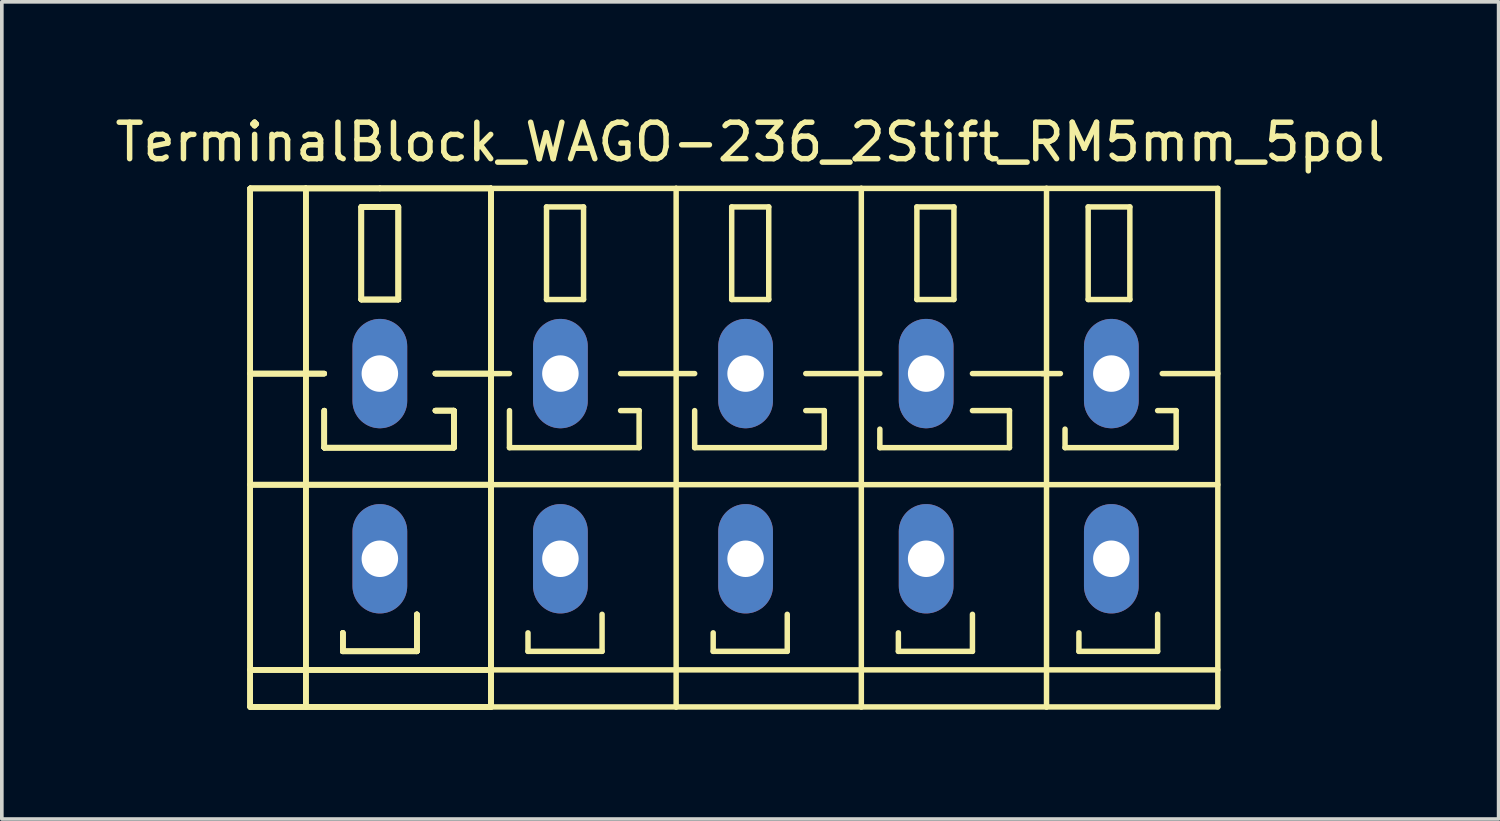
<source format=kicad_pcb>
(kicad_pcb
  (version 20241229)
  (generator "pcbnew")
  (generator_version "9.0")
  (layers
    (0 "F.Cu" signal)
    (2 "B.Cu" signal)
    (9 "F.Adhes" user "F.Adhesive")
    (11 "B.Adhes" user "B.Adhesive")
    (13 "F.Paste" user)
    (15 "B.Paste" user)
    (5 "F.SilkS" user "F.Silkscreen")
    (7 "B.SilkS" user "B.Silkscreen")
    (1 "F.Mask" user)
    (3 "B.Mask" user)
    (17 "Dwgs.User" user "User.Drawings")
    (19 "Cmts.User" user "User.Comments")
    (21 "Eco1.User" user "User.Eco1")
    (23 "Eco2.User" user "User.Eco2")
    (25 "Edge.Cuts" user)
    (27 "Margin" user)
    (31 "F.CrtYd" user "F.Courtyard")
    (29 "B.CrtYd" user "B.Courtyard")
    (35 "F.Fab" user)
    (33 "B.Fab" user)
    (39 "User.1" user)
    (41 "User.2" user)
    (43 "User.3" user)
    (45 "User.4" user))
  (footprint "TerminalBlock_WAGO-236_2Stift_RM5mm_5pol"
    (layer "F.Cu")
    (at 17.53 9.738)
    (property "Reference" "TerminalBlock_WAGO-236_2Stift_RM5mm_5pol" (at 0 -8.89 0) (layer "F.SilkS") (effects (font (size 1 1) (thickness 0.15))))
    (attr through_hole)
    (fp_line (start -13.716 -7.62) (end -12.192 -7.62) (stroke (width 0.15) (type solid)) (layer "F.SilkS"))
    (fp_line (start -13.716 -7.62) (end -12.192 -7.62) (stroke (width 0.15) (type solid)) (layer "F.SilkS"))
    (fp_line (start -13.716 -7.62) (end -12.192 -7.62) (stroke (width 0.15) (type solid)) (layer "F.SilkS"))
    (fp_line (start -13.716 -7.62) (end -12.192 -7.62) (stroke (width 0.15) (type solid)) (layer "F.SilkS"))
    (fp_line (start -13.716 -2.54) (end -11.684 -2.54) (stroke (width 0.15) (type solid)) (layer "F.SilkS"))
    (fp_line (start -13.716 -2.54) (end -11.684 -2.54) (stroke (width 0.15) (type solid)) (layer "F.SilkS"))
    (fp_line (start -13.716 -2.54) (end -11.684 -2.54) (stroke (width 0.15) (type solid)) (layer "F.SilkS"))
    (fp_line (start -13.716 -2.54) (end -11.684 -2.54) (stroke (width 0.15) (type solid)) (layer "F.SilkS"))
    (fp_line (start -13.716 0.508) (end -7.112 0.508) (stroke (width 0.15) (type solid)) (layer "F.SilkS"))
    (fp_line (start -13.716 0.508) (end -7.112 0.508) (stroke (width 0.15) (type solid)) (layer "F.SilkS"))
    (fp_line (start -13.716 0.508) (end -7.112 0.508) (stroke (width 0.15) (type solid)) (layer "F.SilkS"))
    (fp_line (start -13.716 0.508) (end -7.112 0.508) (stroke (width 0.15) (type solid)) (layer "F.SilkS"))
    (fp_line (start -13.716 5.588) (end -7.112 5.588) (stroke (width 0.15) (type solid)) (layer "F.SilkS"))
    (fp_line (start -13.716 5.588) (end -7.112 5.588) (stroke (width 0.15) (type solid)) (layer "F.SilkS"))
    (fp_line (start -13.716 5.588) (end -7.112 5.588) (stroke (width 0.15) (type solid)) (layer "F.SilkS"))
    (fp_line (start -13.716 5.588) (end -7.112 5.588) (stroke (width 0.15) (type solid)) (layer "F.SilkS"))
    (fp_line (start -13.716 6.604) (end -13.716 -7.62) (stroke (width 0.15) (type solid)) (layer "F.SilkS"))
    (fp_line (start -13.716 6.604) (end -13.716 -7.62) (stroke (width 0.15) (type solid)) (layer "F.SilkS"))
    (fp_line (start -13.716 6.604) (end -13.716 -7.62) (stroke (width 0.15) (type solid)) (layer "F.SilkS"))
    (fp_line (start -13.716 6.604) (end -13.716 -7.62) (stroke (width 0.15) (type solid)) (layer "F.SilkS"))
    (fp_line (start -12.192 -7.62) (end -10.16 -7.62) (stroke (width 0.15) (type solid)) (layer "F.SilkS"))
    (fp_line (start -12.192 -7.62) (end -10.16 -7.62) (stroke (width 0.15) (type solid)) (layer "F.SilkS"))
    (fp_line (start -12.192 -7.62) (end -10.16 -7.62) (stroke (width 0.15) (type solid)) (layer "F.SilkS"))
    (fp_line (start -12.192 -7.62) (end -10.16 -7.62) (stroke (width 0.15) (type solid)) (layer "F.SilkS"))
    (fp_line (start -12.192 6.604) (end -13.716 6.604) (stroke (width 0.15) (type solid)) (layer "F.SilkS"))
    (fp_line (start -12.192 6.604) (end -13.716 6.604) (stroke (width 0.15) (type solid)) (layer "F.SilkS"))
    (fp_line (start -12.192 6.604) (end -13.716 6.604) (stroke (width 0.15) (type solid)) (layer "F.SilkS"))
    (fp_line (start -12.192 6.604) (end -13.716 6.604) (stroke (width 0.15) (type solid)) (layer "F.SilkS"))
    (fp_line (start -12.192 6.604) (end -12.192 -7.62) (stroke (width 0.15) (type solid)) (layer "F.SilkS"))
    (fp_line (start -12.192 6.604) (end -12.192 -7.62) (stroke (width 0.15) (type solid)) (layer "F.SilkS"))
    (fp_line (start -12.192 6.604) (end -12.192 -7.62) (stroke (width 0.15) (type solid)) (layer "F.SilkS"))
    (fp_line (start -12.192 6.604) (end -12.192 -7.62) (stroke (width 0.15) (type solid)) (layer "F.SilkS"))
    (fp_line (start -11.684 -1.524) (end -11.684 -0.508) (stroke (width 0.15) (type solid)) (layer "F.SilkS"))
    (fp_line (start -11.684 -1.524) (end -11.684 -0.508) (stroke (width 0.15) (type solid)) (layer "F.SilkS"))
    (fp_line (start -11.684 -1.524) (end -11.684 -0.508) (stroke (width 0.15) (type solid)) (layer "F.SilkS"))
    (fp_line (start -11.684 -1.524) (end -11.684 -0.508) (stroke (width 0.15) (type solid)) (layer "F.SilkS"))
    (fp_line (start -11.684 -0.508) (end -8.128 -0.508) (stroke (width 0.15) (type solid)) (layer "F.SilkS"))
    (fp_line (start -11.684 -0.508) (end -8.128 -0.508) (stroke (width 0.15) (type solid)) (layer "F.SilkS"))
    (fp_line (start -11.684 -0.508) (end -8.128 -0.508) (stroke (width 0.15) (type solid)) (layer "F.SilkS"))
    (fp_line (start -11.684 -0.508) (end -8.128 -0.508) (stroke (width 0.15) (type solid)) (layer "F.SilkS"))
    (fp_line (start -11.176 4.572) (end -11.176 5.08) (stroke (width 0.15) (type solid)) (layer "F.SilkS"))
    (fp_line (start -11.176 4.572) (end -11.176 5.08) (stroke (width 0.15) (type solid)) (layer "F.SilkS"))
    (fp_line (start -11.176 4.572) (end -11.176 5.08) (stroke (width 0.15) (type solid)) (layer "F.SilkS"))
    (fp_line (start -11.176 4.572) (end -11.176 5.08) (stroke (width 0.15) (type solid)) (layer "F.SilkS"))
    (fp_line (start -11.176 5.08) (end -9.144 5.08) (stroke (width 0.15) (type solid)) (layer "F.SilkS"))
    (fp_line (start -11.176 5.08) (end -9.144 5.08) (stroke (width 0.15) (type solid)) (layer "F.SilkS"))
    (fp_line (start -11.176 5.08) (end -9.144 5.08) (stroke (width 0.15) (type solid)) (layer "F.SilkS"))
    (fp_line (start -11.176 5.08) (end -9.144 5.08) (stroke (width 0.15) (type solid)) (layer "F.SilkS"))
    (fp_line (start -10.668 -7.112) (end -9.652 -7.112) (stroke (width 0.15) (type solid)) (layer "F.SilkS"))
    (fp_line (start -10.668 -7.112) (end -9.652 -7.112) (stroke (width 0.15) (type solid)) (layer "F.SilkS"))
    (fp_line (start -10.668 -7.112) (end -9.652 -7.112) (stroke (width 0.15) (type solid)) (layer "F.SilkS"))
    (fp_line (start -10.668 -7.112) (end -9.652 -7.112) (stroke (width 0.15) (type solid)) (layer "F.SilkS"))
    (fp_line (start -10.668 -4.572) (end -10.668 -7.112) (stroke (width 0.15) (type solid)) (layer "F.SilkS"))
    (fp_line (start -10.668 -4.572) (end -10.668 -7.112) (stroke (width 0.15) (type solid)) (layer "F.SilkS"))
    (fp_line (start -10.668 -4.572) (end -10.668 -7.112) (stroke (width 0.15) (type solid)) (layer "F.SilkS"))
    (fp_line (start -10.668 -4.572) (end -10.668 -7.112) (stroke (width 0.15) (type solid)) (layer "F.SilkS"))
    (fp_line (start -10.16 -7.62) (end -7.112 -7.62) (stroke (width 0.15) (type solid)) (layer "F.SilkS"))
    (fp_line (start -10.16 -7.62) (end -7.112 -7.62) (stroke (width 0.15) (type solid)) (layer "F.SilkS"))
    (fp_line (start -10.16 -7.62) (end -7.112 -7.62) (stroke (width 0.15) (type solid)) (layer "F.SilkS"))
    (fp_line (start -10.16 -7.62) (end -7.112 -7.62) (stroke (width 0.15) (type solid)) (layer "F.SilkS"))
    (fp_line (start -9.652 -7.112) (end -9.652 -4.572) (stroke (width 0.15) (type solid)) (layer "F.SilkS"))
    (fp_line (start -9.652 -7.112) (end -9.652 -4.572) (stroke (width 0.15) (type solid)) (layer "F.SilkS"))
    (fp_line (start -9.652 -7.112) (end -9.652 -4.572) (stroke (width 0.15) (type solid)) (layer "F.SilkS"))
    (fp_line (start -9.652 -7.112) (end -9.652 -4.572) (stroke (width 0.15) (type solid)) (layer "F.SilkS"))
    (fp_line (start -9.652 -4.572) (end -10.668 -4.572) (stroke (width 0.15) (type solid)) (layer "F.SilkS"))
    (fp_line (start -9.652 -4.572) (end -10.668 -4.572) (stroke (width 0.15) (type solid)) (layer "F.SilkS"))
    (fp_line (start -9.652 -4.572) (end -10.668 -4.572) (stroke (width 0.15) (type solid)) (layer "F.SilkS"))
    (fp_line (start -9.652 -4.572) (end -10.668 -4.572) (stroke (width 0.15) (type solid)) (layer "F.SilkS"))
    (fp_line (start -9.144 5.08) (end -9.144 4.064) (stroke (width 0.15) (type solid)) (layer "F.SilkS"))
    (fp_line (start -9.144 5.08) (end -9.144 4.064) (stroke (width 0.15) (type solid)) (layer "F.SilkS"))
    (fp_line (start -9.144 5.08) (end -9.144 4.064) (stroke (width 0.15) (type solid)) (layer "F.SilkS"))
    (fp_line (start -9.144 5.08) (end -9.144 4.064) (stroke (width 0.15) (type solid)) (layer "F.SilkS"))
    (fp_line (start -8.636 -2.54) (end -7.112 -2.54) (stroke (width 0.15) (type solid)) (layer "F.SilkS"))
    (fp_line (start -8.636 -2.54) (end -7.112 -2.54) (stroke (width 0.15) (type solid)) (layer "F.SilkS"))
    (fp_line (start -8.636 -2.54) (end -7.112 -2.54) (stroke (width 0.15) (type solid)) (layer "F.SilkS"))
    (fp_line (start -8.636 -2.54) (end -7.112 -2.54) (stroke (width 0.15) (type solid)) (layer "F.SilkS"))
    (fp_line (start -8.128 -1.524) (end -8.636 -1.524) (stroke (width 0.15) (type solid)) (layer "F.SilkS"))
    (fp_line (start -8.128 -1.524) (end -8.636 -1.524) (stroke (width 0.15) (type solid)) (layer "F.SilkS"))
    (fp_line (start -8.128 -1.524) (end -8.636 -1.524) (stroke (width 0.15) (type solid)) (layer "F.SilkS"))
    (fp_line (start -8.128 -1.524) (end -8.636 -1.524) (stroke (width 0.15) (type solid)) (layer "F.SilkS"))
    (fp_line (start -8.128 -0.508) (end -8.128 -1.524) (stroke (width 0.15) (type solid)) (layer "F.SilkS"))
    (fp_line (start -8.128 -0.508) (end -8.128 -1.524) (stroke (width 0.15) (type solid)) (layer "F.SilkS"))
    (fp_line (start -8.128 -0.508) (end -8.128 -1.524) (stroke (width 0.15) (type solid)) (layer "F.SilkS"))
    (fp_line (start -8.128 -0.508) (end -8.128 -1.524) (stroke (width 0.15) (type solid)) (layer "F.SilkS"))
    (fp_line (start -7.112 -7.62) (end -7.112 6.604) (stroke (width 0.15) (type solid)) (layer "F.SilkS"))
    (fp_line (start -7.112 -7.62) (end -7.112 6.604) (stroke (width 0.15) (type solid)) (layer "F.SilkS"))
    (fp_line (start -7.112 -7.62) (end -7.112 6.604) (stroke (width 0.15) (type solid)) (layer "F.SilkS"))
    (fp_line (start -7.112 -7.62) (end -7.112 6.604) (stroke (width 0.15) (type solid)) (layer "F.SilkS"))
    (fp_line (start -7.112 -2.54) (end -6.604 -2.54) (stroke (width 0.15) (type solid)) (layer "F.SilkS"))
    (fp_line (start -7.112 0.508) (end -2.032 0.508) (stroke (width 0.15) (type solid)) (layer "F.SilkS"))
    (fp_line (start -7.112 5.588) (end -2.032 5.588) (stroke (width 0.15) (type solid)) (layer "F.SilkS"))
    (fp_line (start -7.112 6.604) (end -12.192 6.604) (stroke (width 0.15) (type solid)) (layer "F.SilkS"))
    (fp_line (start -7.112 6.604) (end -12.192 6.604) (stroke (width 0.15) (type solid)) (layer "F.SilkS"))
    (fp_line (start -7.112 6.604) (end -12.192 6.604) (stroke (width 0.15) (type solid)) (layer "F.SilkS"))
    (fp_line (start -7.112 6.604) (end -12.192 6.604) (stroke (width 0.15) (type solid)) (layer "F.SilkS"))
    (fp_line (start -7.112 6.604) (end -2.032 6.604) (stroke (width 0.15) (type solid)) (layer "F.SilkS"))
    (fp_line (start -6.604 -1.524) (end -6.604 -0.508) (stroke (width 0.15) (type solid)) (layer "F.SilkS"))
    (fp_line (start -6.604 -0.508) (end -3.048 -0.508) (stroke (width 0.15) (type solid)) (layer "F.SilkS"))
    (fp_line (start -6.096 4.572) (end -6.096 5.08) (stroke (width 0.15) (type solid)) (layer "F.SilkS"))
    (fp_line (start -6.096 5.08) (end -4.064 5.08) (stroke (width 0.15) (type solid)) (layer "F.SilkS"))
    (fp_line (start -5.588 -7.112) (end -5.588 -4.572) (stroke (width 0.15) (type solid)) (layer "F.SilkS"))
    (fp_line (start -5.588 -4.572) (end -4.572 -4.572) (stroke (width 0.15) (type solid)) (layer "F.SilkS"))
    (fp_line (start -4.572 -7.112) (end -5.588 -7.112) (stroke (width 0.15) (type solid)) (layer "F.SilkS"))
    (fp_line (start -4.572 -4.572) (end -4.572 -7.112) (stroke (width 0.15) (type solid)) (layer "F.SilkS"))
    (fp_line (start -4.064 5.08) (end -4.064 4.064) (stroke (width 0.15) (type solid)) (layer "F.SilkS"))
    (fp_line (start -3.556 -2.54) (end -2.032 -2.54) (stroke (width 0.15) (type solid)) (layer "F.SilkS"))
    (fp_line (start -3.048 -1.524) (end -3.556 -1.524) (stroke (width 0.15) (type solid)) (layer "F.SilkS"))
    (fp_line (start -3.048 -0.508) (end -3.048 -1.524) (stroke (width 0.15) (type solid)) (layer "F.SilkS"))
    (fp_line (start -2.032 -7.62) (end -7.112 -7.62) (stroke (width 0.15) (type solid)) (layer "F.SilkS"))
    (fp_line (start -2.032 -2.54) (end -1.524 -2.54) (stroke (width 0.15) (type solid)) (layer "F.SilkS"))
    (fp_line (start -2.032 0.508) (end 3.048 0.508) (stroke (width 0.15) (type solid)) (layer "F.SilkS"))
    (fp_line (start -2.032 5.588) (end 3.048 5.588) (stroke (width 0.15) (type solid)) (layer "F.SilkS"))
    (fp_line (start -2.032 6.604) (end -2.032 -7.62) (stroke (width 0.15) (type solid)) (layer "F.SilkS"))
    (fp_line (start -2.032 6.604) (end 3.048 6.604) (stroke (width 0.15) (type solid)) (layer "F.SilkS"))
    (fp_line (start -1.524 -1.524) (end -1.524 -0.508) (stroke (width 0.15) (type solid)) (layer "F.SilkS"))
    (fp_line (start -1.524 -0.508) (end 2.032 -0.508) (stroke (width 0.15) (type solid)) (layer "F.SilkS"))
    (fp_line (start -1.016 4.572) (end -1.016 5.08) (stroke (width 0.15) (type solid)) (layer "F.SilkS"))
    (fp_line (start -1.016 5.08) (end 1.016 5.08) (stroke (width 0.15) (type solid)) (layer "F.SilkS"))
    (fp_line (start -0.508 -7.112) (end -0.508 -4.572) (stroke (width 0.15) (type solid)) (layer "F.SilkS"))
    (fp_line (start -0.508 -4.572) (end 0.508 -4.572) (stroke (width 0.15) (type solid)) (layer "F.SilkS"))
    (fp_line (start 0.508 -7.112) (end -0.508 -7.112) (stroke (width 0.15) (type solid)) (layer "F.SilkS"))
    (fp_line (start 0.508 -4.572) (end 0.508 -7.112) (stroke (width 0.15) (type solid)) (layer "F.SilkS"))
    (fp_line (start 1.016 5.08) (end 1.016 4.064) (stroke (width 0.15) (type solid)) (layer "F.SilkS"))
    (fp_line (start 1.524 -2.54) (end 3.048 -2.54) (stroke (width 0.15) (type solid)) (layer "F.SilkS"))
    (fp_line (start 2.032 -1.524) (end 1.524 -1.524) (stroke (width 0.15) (type solid)) (layer "F.SilkS"))
    (fp_line (start 2.032 -0.508) (end 2.032 -1.524) (stroke (width 0.15) (type solid)) (layer "F.SilkS"))
    (fp_line (start 3.048 -7.62) (end -2.032 -7.62) (stroke (width 0.15) (type solid)) (layer "F.SilkS"))
    (fp_line (start 3.048 -2.54) (end 3.556 -2.54) (stroke (width 0.15) (type solid)) (layer "F.SilkS"))
    (fp_line (start 3.048 0.508) (end 8.128 0.508) (stroke (width 0.15) (type solid)) (layer "F.SilkS"))
    (fp_line (start 3.048 5.588) (end 8.128 5.588) (stroke (width 0.15) (type solid)) (layer "F.SilkS"))
    (fp_line (start 3.048 6.604) (end 3.048 -7.62) (stroke (width 0.15) (type solid)) (layer "F.SilkS"))
    (fp_line (start 3.048 6.604) (end 8.128 6.604) (stroke (width 0.15) (type solid)) (layer "F.SilkS"))
    (fp_line (start 3.556 -1.016) (end 3.556 -0.508) (stroke (width 0.15) (type solid)) (layer "F.SilkS"))
    (fp_line (start 3.556 -0.508) (end 7.112 -0.508) (stroke (width 0.15) (type solid)) (layer "F.SilkS"))
    (fp_line (start 4.064 4.572) (end 4.064 5.08) (stroke (width 0.15) (type solid)) (layer "F.SilkS"))
    (fp_line (start 4.064 5.08) (end 6.096 5.08) (stroke (width 0.15) (type solid)) (layer "F.SilkS"))
    (fp_line (start 4.572 -7.112) (end 4.572 -4.572) (stroke (width 0.15) (type solid)) (layer "F.SilkS"))
    (fp_line (start 4.572 -4.572) (end 5.588 -4.572) (stroke (width 0.15) (type solid)) (layer "F.SilkS"))
    (fp_line (start 5.588 -7.112) (end 4.572 -7.112) (stroke (width 0.15) (type solid)) (layer "F.SilkS"))
    (fp_line (start 5.588 -4.572) (end 5.588 -7.112) (stroke (width 0.15) (type solid)) (layer "F.SilkS"))
    (fp_line (start 6.096 -2.54) (end 8.128 -2.54) (stroke (width 0.15) (type solid)) (layer "F.SilkS"))
    (fp_line (start 6.096 5.08) (end 6.096 4.064) (stroke (width 0.15) (type solid)) (layer "F.SilkS"))
    (fp_line (start 7.112 -1.524) (end 6.096 -1.524) (stroke (width 0.15) (type solid)) (layer "F.SilkS"))
    (fp_line (start 7.112 -0.508) (end 7.112 -1.524) (stroke (width 0.15) (type solid)) (layer "F.SilkS"))
    (fp_line (start 8.001 -2.54) (end 8.509 -2.54) (stroke (width 0.15) (type solid)) (layer "F.SilkS"))
    (fp_line (start 8.128 -7.62) (end 3.048 -7.62) (stroke (width 0.15) (type solid)) (layer "F.SilkS"))
    (fp_line (start 8.128 0.508) (end 12.827 0.508) (stroke (width 0.15) (type solid)) (layer "F.SilkS"))
    (fp_line (start 8.128 5.588) (end 12.827 5.588) (stroke (width 0.15) (type solid)) (layer "F.SilkS"))
    (fp_line (start 8.128 6.604) (end 8.128 -7.62) (stroke (width 0.15) (type solid)) (layer "F.SilkS"))
    (fp_line (start 8.128 6.604) (end 12.827 6.604) (stroke (width 0.15) (type solid)) (layer "F.SilkS"))
    (fp_line (start 8.636 -1.016) (end 8.636 -0.508) (stroke (width 0.15) (type solid)) (layer "F.SilkS"))
    (fp_line (start 8.636 -0.508) (end 11.684 -0.508) (stroke (width 0.15) (type solid)) (layer "F.SilkS"))
    (fp_line (start 9.017 4.572) (end 9.017 5.08) (stroke (width 0.15) (type solid)) (layer "F.SilkS"))
    (fp_line (start 9.017 5.08) (end 11.176 5.08) (stroke (width 0.15) (type solid)) (layer "F.SilkS"))
    (fp_line (start 9.271 -7.112) (end 10.414 -7.112) (stroke (width 0.15) (type solid)) (layer "F.SilkS"))
    (fp_line (start 9.271 -4.572) (end 9.271 -7.112) (stroke (width 0.15) (type solid)) (layer "F.SilkS"))
    (fp_line (start 10.414 -7.112) (end 10.414 -4.572) (stroke (width 0.15) (type solid)) (layer "F.SilkS"))
    (fp_line (start 10.414 -4.572) (end 9.271 -4.572) (stroke (width 0.15) (type solid)) (layer "F.SilkS"))
    (fp_line (start 11.176 5.08) (end 11.176 4.064) (stroke (width 0.15) (type solid)) (layer "F.SilkS"))
    (fp_line (start 11.303 -2.54) (end 12.827 -2.54) (stroke (width 0.15) (type solid)) (layer "F.SilkS"))
    (fp_line (start 11.684 -1.524) (end 11.176 -1.524) (stroke (width 0.15) (type solid)) (layer "F.SilkS"))
    (fp_line (start 11.684 -0.508) (end 11.684 -1.524) (stroke (width 0.15) (type solid)) (layer "F.SilkS"))
    (fp_line (start 12.827 -7.62) (end 8.128 -7.62) (stroke (width 0.15) (type solid)) (layer "F.SilkS"))
    (fp_line (start 12.827 6.604) (end 12.827 -7.62) (stroke (width 0.15) (type solid)) (layer "F.SilkS"))
    (pad "1" thru_hole oval (at -10.16 -2.54 90) (size 3 1.501) (drill 1.001) (layers "*.Cu" "*.Mask"))
    (pad "1" thru_hole oval (at -10.16 2.54 90) (size 3 1.501) (drill 1.001) (layers "*.Cu" "*.Mask"))
    (pad "2" thru_hole oval (at -5.207 -2.54 90) (size 3 1.501) (drill 1.001) (layers "*.Cu" "*.Mask"))
    (pad "2" thru_hole oval (at -5.207 2.54 90) (size 3 1.501) (drill 1.001) (layers "*.Cu" "*.Mask"))
    (pad "3" thru_hole oval (at -0.127 -2.54 90) (size 3 1.501) (drill 1.001) (layers "*.Cu" "*.Mask"))
    (pad "3" thru_hole oval (at -0.127 2.54 90) (size 3 1.501) (drill 1.001) (layers "*.Cu" "*.Mask"))
    (pad "4" thru_hole oval (at 4.826 -2.54 90) (size 3 1.501) (drill 1.001) (layers "*.Cu" "*.Mask"))
    (pad "4" thru_hole oval (at 4.826 2.54 90) (size 3 1.501) (drill 1.001) (layers "*.Cu" "*.Mask"))
    (pad "5" thru_hole oval (at 9.906 -2.54 90) (size 3 1.501) (drill 1.001) (layers "*.Cu" "*.Mask"))
    (pad "5" thru_hole oval (at 9.906 2.54 90) (size 3 1.501) (drill 1.001) (layers "*.Cu" "*.Mask")))
  (gr_rect
    (start -3 -3)
    (end 38.06 19.417)
    (stroke (width 0.1) (type default))
    (fill no)
    (layer "Edge.Cuts")))
</source>
